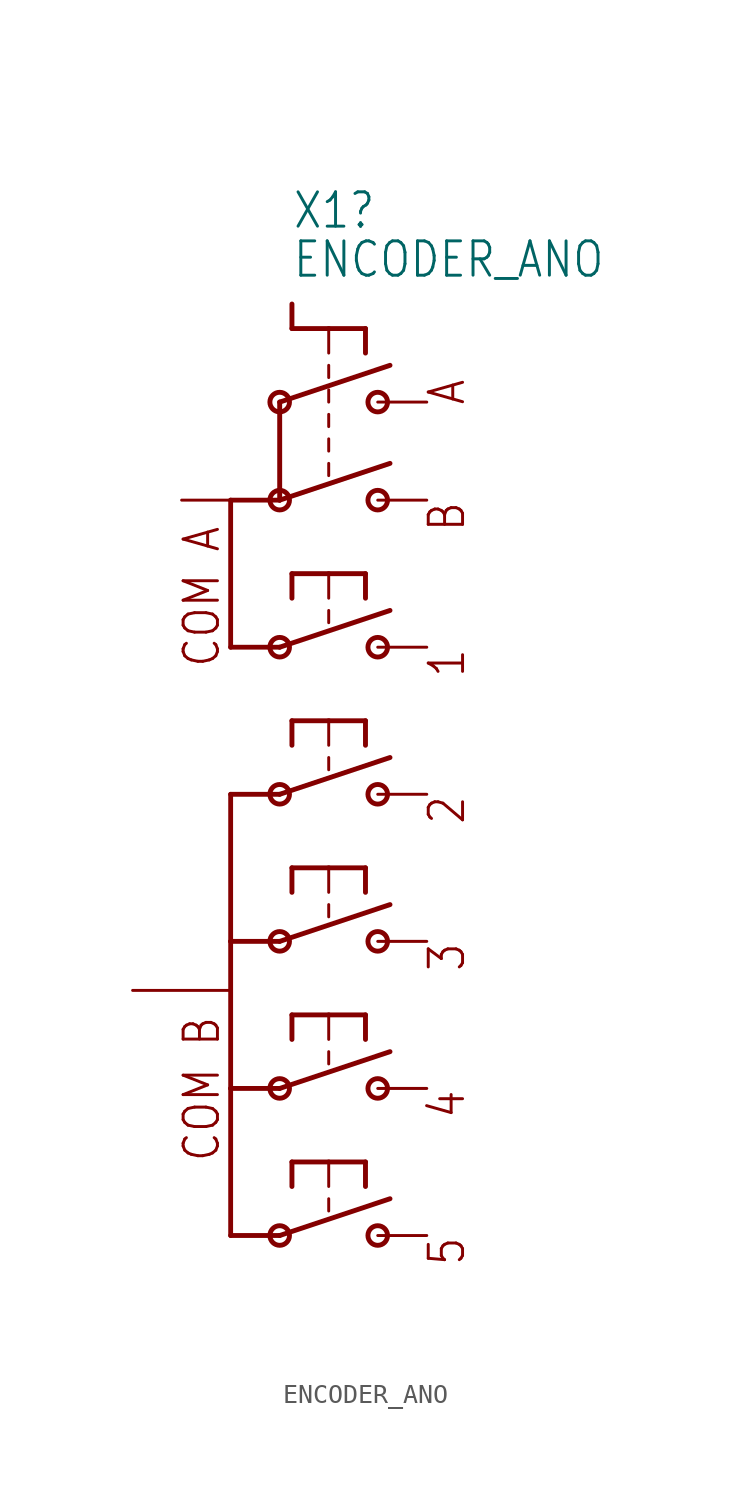
<source format=kicad_sym>
(kicad_symbol_lib
  (version 20231120)
  (generator "kicad_symbol_editor")
  (generator_version "8.0")
  (symbol "ENCODER_ANO"
    (property "Reference" "X1"
      (at -1.905 13.97 0)
      (effects (font (size 1.778 1.511)) (justify left bottom)))
    (property "Value" "ENCODER_ANO"
      (at -1.905 11.43 0)
      (effects (font (size 1.778 1.511)) (justify left bottom)))
    (property "ki_locked" ""
      (at 0 0 0)
      (effects (font (size 1.27 1.27))))
    (symbol "ENCODER_ANO_1_0"
      (circle (center -2.54 -38.1) (radius 0.508) (stroke (width 0.254) (type solid)) (fill (type none)))
      (circle (center -2.54 -30.48) (radius 0.508) (stroke (width 0.254) (type solid)) (fill (type none)))
      (circle (center -2.54 -22.86) (radius 0.508) (stroke (width 0.254) (type solid)) (fill (type none)))
      (circle (center -2.54 -15.24) (radius 0.508) (stroke (width 0.254) (type solid)) (fill (type none)))
      (circle (center -2.54 -7.62) (radius 0.508) (stroke (width 0.254) (type solid)) (fill (type none)))
      (circle (center -2.54 0) (radius 0.508) (stroke (width 0.254) (type solid)) (fill (type none)))
      (circle (center -2.54 5.08) (radius 0.508) (stroke (width 0.254) (type solid)) (fill (type none)))
      (polyline (pts (xy -5.08 -38.1) (xy -2.54 -38.1)) (stroke (width 0.25) (type solid)) (fill (type none)))
      (polyline (pts (xy -5.08 -30.48) (xy -5.08 -38.1)) (stroke (width 0.25) (type solid)) (fill (type none)))
      (polyline (pts (xy -5.08 -22.86) (xy -5.08 -30.48)) (stroke (width 0.25) (type solid)) (fill (type none)))
      (polyline (pts (xy -5.08 -15.24) (xy -5.08 -22.86)) (stroke (width 0.25) (type solid)) (fill (type none)))
      (polyline (pts (xy -5.08 -7.62) (xy -5.08 0)) (stroke (width 0.25) (type solid)) (fill (type none)))
      (polyline (pts (xy -5.08 0) (xy -2.54 0)) (stroke (width 0.25) (type solid)) (fill (type none)))
      (polyline (pts (xy -2.54 -38.1) (xy 3.175 -36.195)) (stroke (width 0.254) (type solid)) (fill (type none)))
      (polyline (pts (xy -2.54 -30.48) (xy -5.08 -30.48)) (stroke (width 0.25) (type solid)) (fill (type none)))
      (polyline (pts (xy -2.54 -30.48) (xy 3.175 -28.575)) (stroke (width 0.254) (type solid)) (fill (type none)))
      (polyline (pts (xy -2.54 -22.86) (xy -5.08 -22.86)) (stroke (width 0.25) (type solid)) (fill (type none)))
      (polyline (pts (xy -2.54 -22.86) (xy 3.175 -20.955)) (stroke (width 0.254) (type solid)) (fill (type none)))
      (polyline (pts (xy -2.54 -15.24) (xy -5.08 -15.24)) (stroke (width 0.25) (type solid)) (fill (type none)))
      (polyline (pts (xy -2.54 -15.24) (xy 3.175 -13.335)) (stroke (width 0.254) (type solid)) (fill (type none)))
      (polyline (pts (xy -2.54 -7.62) (xy -5.08 -7.62)) (stroke (width 0.25) (type solid)) (fill (type none)))
      (polyline (pts (xy -2.54 -7.62) (xy 3.175 -5.715)) (stroke (width 0.254) (type solid)) (fill (type none)))
      (polyline (pts (xy -2.54 0) (xy -2.54 5.08)) (stroke (width 0.254) (type solid)) (fill (type none)))
      (polyline (pts (xy -2.54 0) (xy 3.175 1.905)) (stroke (width 0.254) (type solid)) (fill (type none)))
      (polyline (pts (xy -2.54 5.08) (xy 3.175 6.985)) (stroke (width 0.254) (type solid)) (fill (type none)))
      (polyline (pts (xy -1.905 -34.29) (xy -1.905 -35.56)) (stroke (width 0.254) (type solid)) (fill (type none)))
      (polyline (pts (xy -1.905 -26.67) (xy -1.905 -27.94)) (stroke (width 0.254) (type solid)) (fill (type none)))
      (polyline (pts (xy -1.905 -19.05) (xy -1.905 -20.32)) (stroke (width 0.254) (type solid)) (fill (type none)))
      (polyline (pts (xy -1.905 -11.43) (xy -1.905 -12.7)) (stroke (width 0.254) (type solid)) (fill (type none)))
      (polyline (pts (xy -1.905 -3.81) (xy -1.905 -5.08)) (stroke (width 0.254) (type solid)) (fill (type none)))
      (polyline (pts (xy -1.905 8.89) (xy -1.905 10.16)) (stroke (width 0.254) (type solid)) (fill (type none)))
      (polyline (pts (xy 0 -36.195) (xy 0 -36.83)) (stroke (width 0.152) (type solid)) (fill (type none)))
      (polyline (pts (xy 0 -34.29) (xy -1.905 -34.29)) (stroke (width 0.254) (type solid)) (fill (type none)))
      (polyline (pts (xy 0 -34.29) (xy 0 -35.56)) (stroke (width 0.152) (type solid)) (fill (type none)))
      (polyline (pts (xy 0 -28.575) (xy 0 -29.21)) (stroke (width 0.152) (type solid)) (fill (type none)))
      (polyline (pts (xy 0 -26.67) (xy -1.905 -26.67)) (stroke (width 0.254) (type solid)) (fill (type none)))
      (polyline (pts (xy 0 -26.67) (xy 0 -27.94)) (stroke (width 0.152) (type solid)) (fill (type none)))
      (polyline (pts (xy 0 -20.955) (xy 0 -21.59)) (stroke (width 0.152) (type solid)) (fill (type none)))
      (polyline (pts (xy 0 -19.05) (xy -1.905 -19.05)) (stroke (width 0.254) (type solid)) (fill (type none)))
      (polyline (pts (xy 0 -19.05) (xy 0 -20.32)) (stroke (width 0.152) (type solid)) (fill (type none)))
      (polyline (pts (xy 0 -13.335) (xy 0 -13.97)) (stroke (width 0.152) (type solid)) (fill (type none)))
      (polyline (pts (xy 0 -11.43) (xy -1.905 -11.43)) (stroke (width 0.254) (type solid)) (fill (type none)))
      (polyline (pts (xy 0 -11.43) (xy 0 -12.7)) (stroke (width 0.152) (type solid)) (fill (type none)))
      (polyline (pts (xy 0 -5.715) (xy 0 -6.35)) (stroke (width 0.152) (type solid)) (fill (type none)))
      (polyline (pts (xy 0 -3.81) (xy -1.905 -3.81)) (stroke (width 0.254) (type solid)) (fill (type none)))
      (polyline (pts (xy 0 -3.81) (xy 0 -5.08)) (stroke (width 0.152) (type solid)) (fill (type none)))
      (polyline (pts (xy 0 1.27) (xy 0 1.905)) (stroke (width 0.152) (type solid)) (fill (type none)))
      (polyline (pts (xy 0 3.175) (xy 0 2.54)) (stroke (width 0.152) (type solid)) (fill (type none)))
      (polyline (pts (xy 0 3.81) (xy 0 4.445)) (stroke (width 0.152) (type solid)) (fill (type none)))
      (polyline (pts (xy 0 5.08) (xy 0 5.715)) (stroke (width 0.152) (type solid)) (fill (type none)))
      (polyline (pts (xy 0 6.35) (xy 0 6.985)) (stroke (width 0.152) (type solid)) (fill (type none)))
      (polyline (pts (xy 0 8.89) (xy -1.905 8.89)) (stroke (width 0.254) (type solid)) (fill (type none)))
      (polyline (pts (xy 0 8.89) (xy 0 7.62)) (stroke (width 0.152) (type solid)) (fill (type none)))
      (polyline (pts (xy 1.905 -34.29) (xy 0 -34.29)) (stroke (width 0.254) (type solid)) (fill (type none)))
      (polyline (pts (xy 1.905 -34.29) (xy 1.905 -35.56)) (stroke (width 0.254) (type solid)) (fill (type none)))
      (polyline (pts (xy 1.905 -26.67) (xy 0 -26.67)) (stroke (width 0.254) (type solid)) (fill (type none)))
      (polyline (pts (xy 1.905 -26.67) (xy 1.905 -27.94)) (stroke (width 0.254) (type solid)) (fill (type none)))
      (polyline (pts (xy 1.905 -19.05) (xy 0 -19.05)) (stroke (width 0.254) (type solid)) (fill (type none)))
      (polyline (pts (xy 1.905 -19.05) (xy 1.905 -20.32)) (stroke (width 0.254) (type solid)) (fill (type none)))
      (polyline (pts (xy 1.905 -11.43) (xy 0 -11.43)) (stroke (width 0.254) (type solid)) (fill (type none)))
      (polyline (pts (xy 1.905 -11.43) (xy 1.905 -12.7)) (stroke (width 0.254) (type solid)) (fill (type none)))
      (polyline (pts (xy 1.905 -3.81) (xy 0 -3.81)) (stroke (width 0.254) (type solid)) (fill (type none)))
      (polyline (pts (xy 1.905 -3.81) (xy 1.905 -5.08)) (stroke (width 0.254) (type solid)) (fill (type none)))
      (polyline (pts (xy 1.905 8.89) (xy 0 8.89)) (stroke (width 0.254) (type solid)) (fill (type none)))
      (polyline (pts (xy 1.905 8.89) (xy 1.905 7.62)) (stroke (width 0.254) (type solid)) (fill (type none)))
      (circle (center 2.54 -38.1) (radius 0.508) (stroke (width 0.254) (type solid)) (fill (type none)))
      (circle (center 2.54 -30.48) (radius 0.508) (stroke (width 0.254) (type solid)) (fill (type none)))
      (circle (center 2.54 -22.86) (radius 0.508) (stroke (width 0.254) (type solid)) (fill (type none)))
      (circle (center 2.54 -15.24) (radius 0.508) (stroke (width 0.254) (type solid)) (fill (type none)))
      (circle (center 2.54 -7.62) (radius 0.508) (stroke (width 0.254) (type solid)) (fill (type none)))
      (circle (center 2.54 0) (radius 0.508) (stroke (width 0.254) (type solid)) (fill (type none)))
      (circle (center 2.54 5.08) (radius 0.508) (stroke (width 0.254) (type solid)) (fill (type none)))
      (text "1" (at 5.08 -7.62 900) (effects (font (size 1.778 1.511)) (justify right top)))
      (text "2" (at 5.08 -15.24 900) (effects (font (size 1.778 1.511)) (justify right top)))
      (text "3" (at 5.08 -22.86 900) (effects (font (size 1.778 1.511)) (justify right top)))
      (text "4" (at 5.08 -30.48 900) (effects (font (size 1.778 1.511)) (justify right top)))
      (text "5" (at 5.08 -38.1 900) (effects (font (size 1.778 1.511)) (justify right top)))
      (text "A" (at 5.08 6.35 900) (effects (font (size 1.778 1.511)) (justify right top)))
      (text "B" (at 5.08 0 900) (effects (font (size 1.778 1.511)) (justify right top)))
      (text "COM A" (at -7.62 -1.27 900) (effects (font (size 1.778 1.511)) (justify right top)))
      (text "COM B" (at -7.62 -26.67 900) (effects (font (size 1.778 1.511)) (justify right top)))
      (pin passive line (at 5.08 5.08 180) (length 2.54) (name "A" (effects (font (size 0 0)))) (number "A" (effects (font (size 0 0)))))
      (pin passive line (at 5.08 0 180) (length 2.54) (name "B" (effects (font (size 0 0)))) (number "B" (effects (font (size 0 0)))))
      (pin passive line (at -7.62 0 0) (length 2.54) (name "COMA" (effects (font (size 0 0)))) (number "COM_A" (effects (font (size 0 0)))))
      (pin passive line (at -10.16 -25.4 0) (length 5.08) (name "COM_B" (effects (font (size 0 0)))) (number "COM_B" (effects (font (size 0 0)))))
      (pin passive line (at 5.08 -7.62 180) (length 2.54) (name "1" (effects (font (size 0 0)))) (number "S1" (effects (font (size 0 0)))))
      (pin passive line (at 5.08 -15.24 180) (length 2.54) (name "S2" (effects (font (size 0 0)))) (number "S2" (effects (font (size 0 0)))))
      (pin passive line (at 5.08 -22.86 180) (length 2.54) (name "S3" (effects (font (size 0 0)))) (number "S3" (effects (font (size 0 0)))))
      (pin passive line (at 5.08 -30.48 180) (length 2.54) (name "S4" (effects (font (size 0 0)))) (number "S4" (effects (font (size 0 0)))))
      (pin passive line (at 5.08 -38.1 180) (length 2.54) (name "S5" (effects (font (size 0 0)))) (number "S5" (effects (font (size 0 0))))))))
</source>
